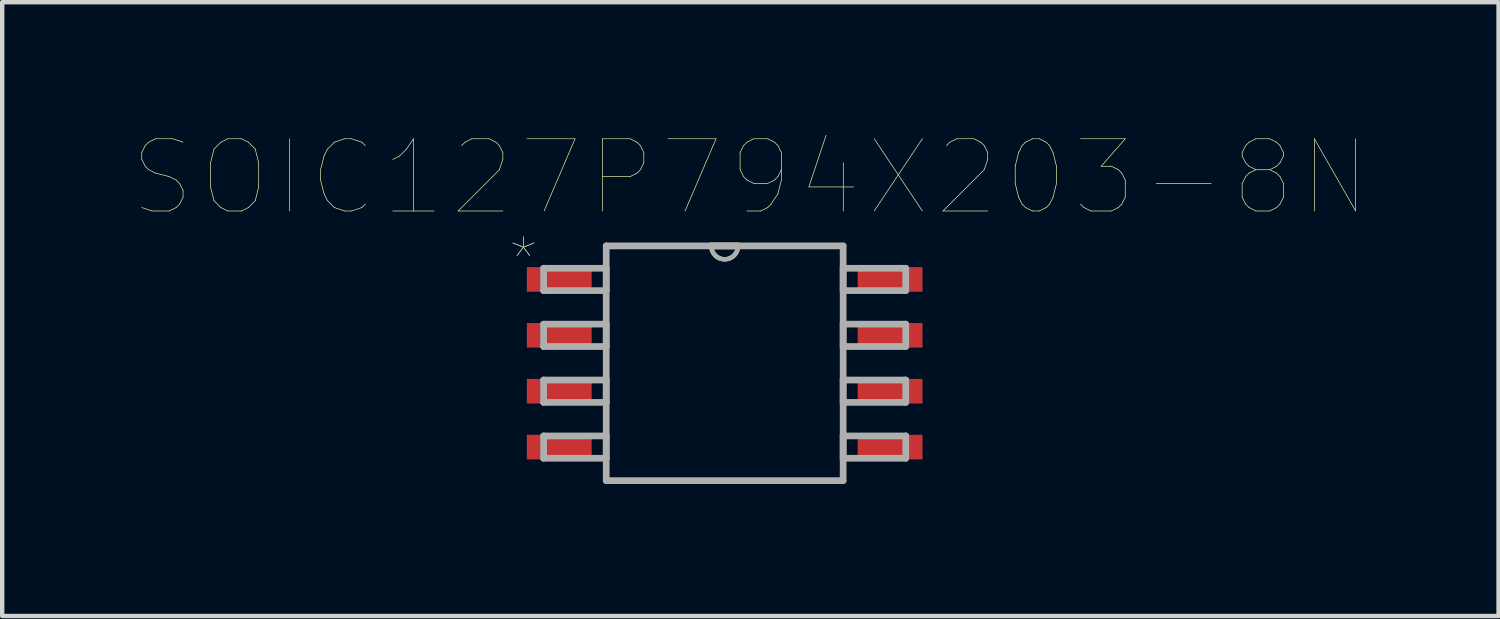
<source format=kicad_pcb>
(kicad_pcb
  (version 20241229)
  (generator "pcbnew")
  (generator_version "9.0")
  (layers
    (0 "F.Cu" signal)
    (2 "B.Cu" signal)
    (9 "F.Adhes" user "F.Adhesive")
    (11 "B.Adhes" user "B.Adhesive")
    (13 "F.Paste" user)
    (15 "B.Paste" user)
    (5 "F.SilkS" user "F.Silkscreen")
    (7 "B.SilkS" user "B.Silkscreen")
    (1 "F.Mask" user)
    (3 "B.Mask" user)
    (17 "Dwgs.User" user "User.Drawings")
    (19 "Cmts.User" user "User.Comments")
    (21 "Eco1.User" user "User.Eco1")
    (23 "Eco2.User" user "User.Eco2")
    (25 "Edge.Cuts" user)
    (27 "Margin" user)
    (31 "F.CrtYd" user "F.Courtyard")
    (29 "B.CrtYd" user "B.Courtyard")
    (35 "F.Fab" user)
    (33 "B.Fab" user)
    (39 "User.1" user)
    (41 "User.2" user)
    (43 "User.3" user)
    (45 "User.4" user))
  (footprint "SOIC127P794X203-8N"
    (layer "F.Cu")
    (at 13.418 5.205)
    (property "Reference" "SOIC127P794X203-8N" (at 0.585 -4.219 0) (layer "F.SilkS") (effects (font (size 1.641 1.641) (thickness 0.015))))
    (attr through_hole)
    (fp_line (start 0.305 -2.667) (end -0.305 -2.667) (stroke (width 0.152) (type solid)) (layer "F.SilkS"))
    (fp_arc (start 0.3048 -2.667) (mid 0 -2.3622) (end -0.3048 -2.667) (stroke (width 0.1) (type solid)) (layer "F.SilkS"))
    (fp_line (start -4.115 -2.159) (end -4.115 -1.651) (stroke (width 0.152) (type solid)) (layer "F.Fab"))
    (fp_line (start -4.115 -1.651) (end -2.692 -1.651) (stroke (width 0.152) (type solid)) (layer "F.Fab"))
    (fp_line (start -4.115 -0.889) (end -4.115 -0.381) (stroke (width 0.152) (type solid)) (layer "F.Fab"))
    (fp_line (start -4.115 -0.381) (end -2.692 -0.381) (stroke (width 0.152) (type solid)) (layer "F.Fab"))
    (fp_line (start -4.115 0.381) (end -4.115 0.889) (stroke (width 0.152) (type solid)) (layer "F.Fab"))
    (fp_line (start -4.115 0.889) (end -2.692 0.889) (stroke (width 0.152) (type solid)) (layer "F.Fab"))
    (fp_line (start -4.115 1.651) (end -4.115 2.159) (stroke (width 0.152) (type solid)) (layer "F.Fab"))
    (fp_line (start -4.115 2.159) (end -2.692 2.159) (stroke (width 0.152) (type solid)) (layer "F.Fab"))
    (fp_line (start -2.692 -2.667) (end -2.692 2.667) (stroke (width 0.152) (type solid)) (layer "F.Fab"))
    (fp_line (start -2.692 -2.159) (end -4.115 -2.159) (stroke (width 0.152) (type solid)) (layer "F.Fab"))
    (fp_line (start -2.692 -1.651) (end -2.692 -2.159) (stroke (width 0.152) (type solid)) (layer "F.Fab"))
    (fp_line (start -2.692 -0.889) (end -4.115 -0.889) (stroke (width 0.152) (type solid)) (layer "F.Fab"))
    (fp_line (start -2.692 -0.381) (end -2.692 -0.889) (stroke (width 0.152) (type solid)) (layer "F.Fab"))
    (fp_line (start -2.692 0.381) (end -4.115 0.381) (stroke (width 0.152) (type solid)) (layer "F.Fab"))
    (fp_line (start -2.692 0.889) (end -2.692 0.381) (stroke (width 0.152) (type solid)) (layer "F.Fab"))
    (fp_line (start -2.692 1.651) (end -4.115 1.651) (stroke (width 0.152) (type solid)) (layer "F.Fab"))
    (fp_line (start -2.692 2.159) (end -2.692 1.651) (stroke (width 0.152) (type solid)) (layer "F.Fab"))
    (fp_line (start -2.692 2.667) (end 2.692 2.667) (stroke (width 0.152) (type solid)) (layer "F.Fab"))
    (fp_line (start -0.305 -2.667) (end -2.692 -2.667) (stroke (width 0.152) (type solid)) (layer "F.Fab"))
    (fp_line (start 0.305 -2.667) (end -0.305 -2.667) (stroke (width 0.152) (type solid)) (layer "F.Fab"))
    (fp_line (start 2.692 -2.667) (end 0.305 -2.667) (stroke (width 0.152) (type solid)) (layer "F.Fab"))
    (fp_line (start 2.692 -2.159) (end 2.692 -1.651) (stroke (width 0.152) (type solid)) (layer "F.Fab"))
    (fp_line (start 2.692 -1.651) (end 4.115 -1.651) (stroke (width 0.152) (type solid)) (layer "F.Fab"))
    (fp_line (start 2.692 -0.889) (end 2.692 -0.381) (stroke (width 0.152) (type solid)) (layer "F.Fab"))
    (fp_line (start 2.692 -0.381) (end 4.115 -0.381) (stroke (width 0.152) (type solid)) (layer "F.Fab"))
    (fp_line (start 2.692 0.381) (end 2.692 0.889) (stroke (width 0.152) (type solid)) (layer "F.Fab"))
    (fp_line (start 2.692 0.889) (end 4.115 0.889) (stroke (width 0.152) (type solid)) (layer "F.Fab"))
    (fp_line (start 2.692 1.651) (end 2.692 2.159) (stroke (width 0.152) (type solid)) (layer "F.Fab"))
    (fp_line (start 2.692 2.159) (end 4.115 2.159) (stroke (width 0.152) (type solid)) (layer "F.Fab"))
    (fp_line (start 2.692 2.667) (end 2.692 -2.667) (stroke (width 0.152) (type solid)) (layer "F.Fab"))
    (fp_line (start 4.115 -2.159) (end 2.692 -2.159) (stroke (width 0.152) (type solid)) (layer "F.Fab"))
    (fp_line (start 4.115 -1.651) (end 4.115 -2.159) (stroke (width 0.152) (type solid)) (layer "F.Fab"))
    (fp_line (start 4.115 -0.889) (end 2.692 -0.889) (stroke (width 0.152) (type solid)) (layer "F.Fab"))
    (fp_line (start 4.115 -0.381) (end 4.115 -0.889) (stroke (width 0.152) (type solid)) (layer "F.Fab"))
    (fp_line (start 4.115 0.381) (end 2.692 0.381) (stroke (width 0.152) (type solid)) (layer "F.Fab"))
    (fp_line (start 4.115 0.889) (end 4.115 0.381) (stroke (width 0.152) (type solid)) (layer "F.Fab"))
    (fp_line (start 4.115 1.651) (end 2.692 1.651) (stroke (width 0.152) (type solid)) (layer "F.Fab"))
    (fp_line (start 4.115 2.159) (end 4.115 1.651) (stroke (width 0.152) (type solid)) (layer "F.Fab"))
    (fp_arc (start 0.3048 -2.667) (mid 0 -2.3622) (end -0.3048 -2.667) (stroke (width 0.1) (type solid)) (layer "F.Fab"))
    (fp_text user "*" (at -4.574 -2.338 0) (layer "F.SilkS") (effects (font (size 1 1) (thickness 0.015))))
    (fp_text user "*" (at -4.574 -2.338 0) (layer "F.Fab") (effects (font (size 1 1) (thickness 0.015))))
    (pad "1" smd rect (at -3.759 -1.905) (size 1.473 0.559) (layers "F.Cu" "F.Mask" "F.Paste"))
    (pad "2" smd rect (at -3.759 -0.635) (size 1.473 0.559) (layers "F.Cu" "F.Mask" "F.Paste"))
    (pad "3" smd rect (at -3.759 0.635) (size 1.473 0.559) (layers "F.Cu" "F.Mask" "F.Paste"))
    (pad "4" smd rect (at -3.759 1.905) (size 1.473 0.559) (layers "F.Cu" "F.Mask" "F.Paste"))
    (pad "5" smd rect (at 3.759 1.905) (size 1.473 0.559) (layers "F.Cu" "F.Mask" "F.Paste"))
    (pad "6" smd rect (at 3.759 0.635) (size 1.473 0.559) (layers "F.Cu" "F.Mask" "F.Paste"))
    (pad "7" smd rect (at 3.759 -0.635) (size 1.473 0.559) (layers "F.Cu" "F.Mask" "F.Paste"))
    (pad "8" smd rect (at 3.759 -1.905) (size 1.473 0.559) (layers "F.Cu" "F.Mask" "F.Paste")))
  (gr_rect
    (start -3 -3)
    (end 31.004 10.948)
    (stroke (width 0.1) (type default))
    (fill no)
    (layer "Edge.Cuts")))
</source>
